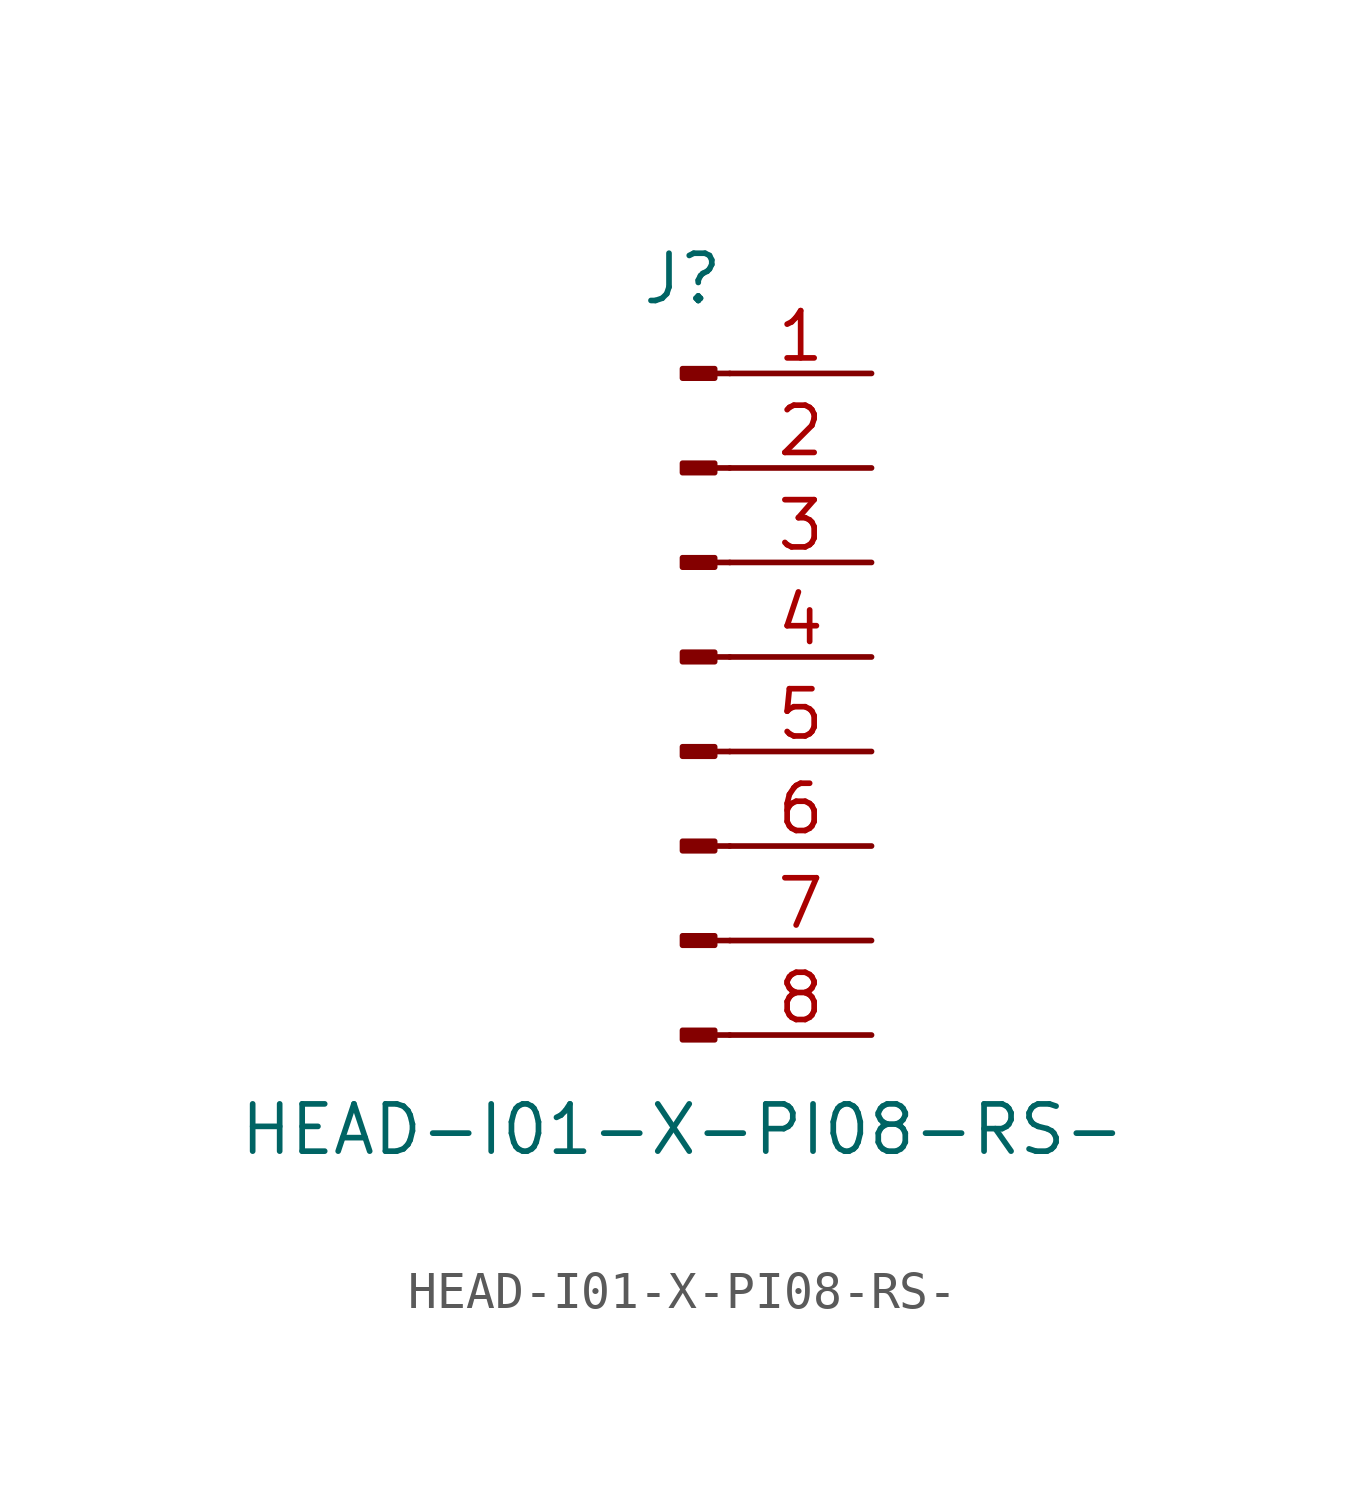
<source format=kicad_sym>
(kicad_symbol_lib
  (version 20211014)
  (generator kicad_symbol_editor)
  (symbol "HEAD-I01-X-PI08-RS-"
    (pin_names
      (offset 1.016) hide)
    (property "Reference" "J"
      (at 0 10.16 0)
      (effects (font (size 1.27 1.27))))
    (property "Value" "HEAD-I01-X-PI08-RS-"
      (at 0 -12.7 0)
      (effects (font (size 1.27 1.27))))
    (symbol "HEAD-I01-X-PI08-RS-_1_1"
      (polyline (pts (xy 1.27 -10.16) (xy 0.864 -10.16)) (stroke (width 0.152) (type default) (color 0 0 0 0)) (fill (type none)))
      (polyline (pts (xy 1.27 -7.62) (xy 0.864 -7.62)) (stroke (width 0.152) (type default) (color 0 0 0 0)) (fill (type none)))
      (polyline (pts (xy 1.27 -5.08) (xy 0.864 -5.08)) (stroke (width 0.152) (type default) (color 0 0 0 0)) (fill (type none)))
      (polyline (pts (xy 1.27 -2.54) (xy 0.864 -2.54)) (stroke (width 0.152) (type default) (color 0 0 0 0)) (fill (type none)))
      (polyline (pts (xy 1.27 0) (xy 0.864 0)) (stroke (width 0.152) (type default) (color 0 0 0 0)) (fill (type none)))
      (polyline (pts (xy 1.27 2.54) (xy 0.864 2.54)) (stroke (width 0.152) (type default) (color 0 0 0 0)) (fill (type none)))
      (polyline (pts (xy 1.27 5.08) (xy 0.864 5.08)) (stroke (width 0.152) (type default) (color 0 0 0 0)) (fill (type none)))
      (polyline (pts (xy 1.27 7.62) (xy 0.864 7.62)) (stroke (width 0.152) (type default) (color 0 0 0 0)) (fill (type none)))
      (rectangle (start 0.864 -10.033) (end 0 -10.287) (stroke (width 0.152) (type default) (color 0 0 0 0)) (fill (type outline)))
      (rectangle (start 0.864 -7.493) (end 0 -7.747) (stroke (width 0.152) (type default) (color 0 0 0 0)) (fill (type outline)))
      (rectangle (start 0.864 -4.953) (end 0 -5.207) (stroke (width 0.152) (type default) (color 0 0 0 0)) (fill (type outline)))
      (rectangle (start 0.864 -2.413) (end 0 -2.667) (stroke (width 0.152) (type default) (color 0 0 0 0)) (fill (type outline)))
      (rectangle (start 0.864 0.127) (end 0 -0.127) (stroke (width 0.152) (type default) (color 0 0 0 0)) (fill (type outline)))
      (rectangle (start 0.864 2.667) (end 0 2.413) (stroke (width 0.152) (type default) (color 0 0 0 0)) (fill (type outline)))
      (rectangle (start 0.864 5.207) (end 0 4.953) (stroke (width 0.152) (type default) (color 0 0 0 0)) (fill (type outline)))
      (rectangle (start 0.864 7.747) (end 0 7.493) (stroke (width 0.152) (type default) (color 0 0 0 0)) (fill (type outline)))
      (pin passive line (at 5.08 7.62 180) (length 3.81) (name "Pin_1" (effects (font (size 1.27 1.27)))) (number "1" (effects (font (size 1.27 1.27)))))
      (pin passive line (at 5.08 5.08 180) (length 3.81) (name "Pin_2" (effects (font (size 1.27 1.27)))) (number "2" (effects (font (size 1.27 1.27)))))
      (pin passive line (at 5.08 2.54 180) (length 3.81) (name "Pin_3" (effects (font (size 1.27 1.27)))) (number "3" (effects (font (size 1.27 1.27)))))
      (pin passive line (at 5.08 0 180) (length 3.81) (name "Pin_4" (effects (font (size 1.27 1.27)))) (number "4" (effects (font (size 1.27 1.27)))))
      (pin passive line (at 5.08 -2.54 180) (length 3.81) (name "Pin_5" (effects (font (size 1.27 1.27)))) (number "5" (effects (font (size 1.27 1.27)))))
      (pin passive line (at 5.08 -5.08 180) (length 3.81) (name "Pin_6" (effects (font (size 1.27 1.27)))) (number "6" (effects (font (size 1.27 1.27)))))
      (pin passive line (at 5.08 -7.62 180) (length 3.81) (name "Pin_7" (effects (font (size 1.27 1.27)))) (number "7" (effects (font (size 1.27 1.27)))))
      (pin passive line (at 5.08 -10.16 180) (length 3.81) (name "Pin_8" (effects (font (size 1.27 1.27)))) (number "8" (effects (font (size 1.27 1.27))))))))
</source>
